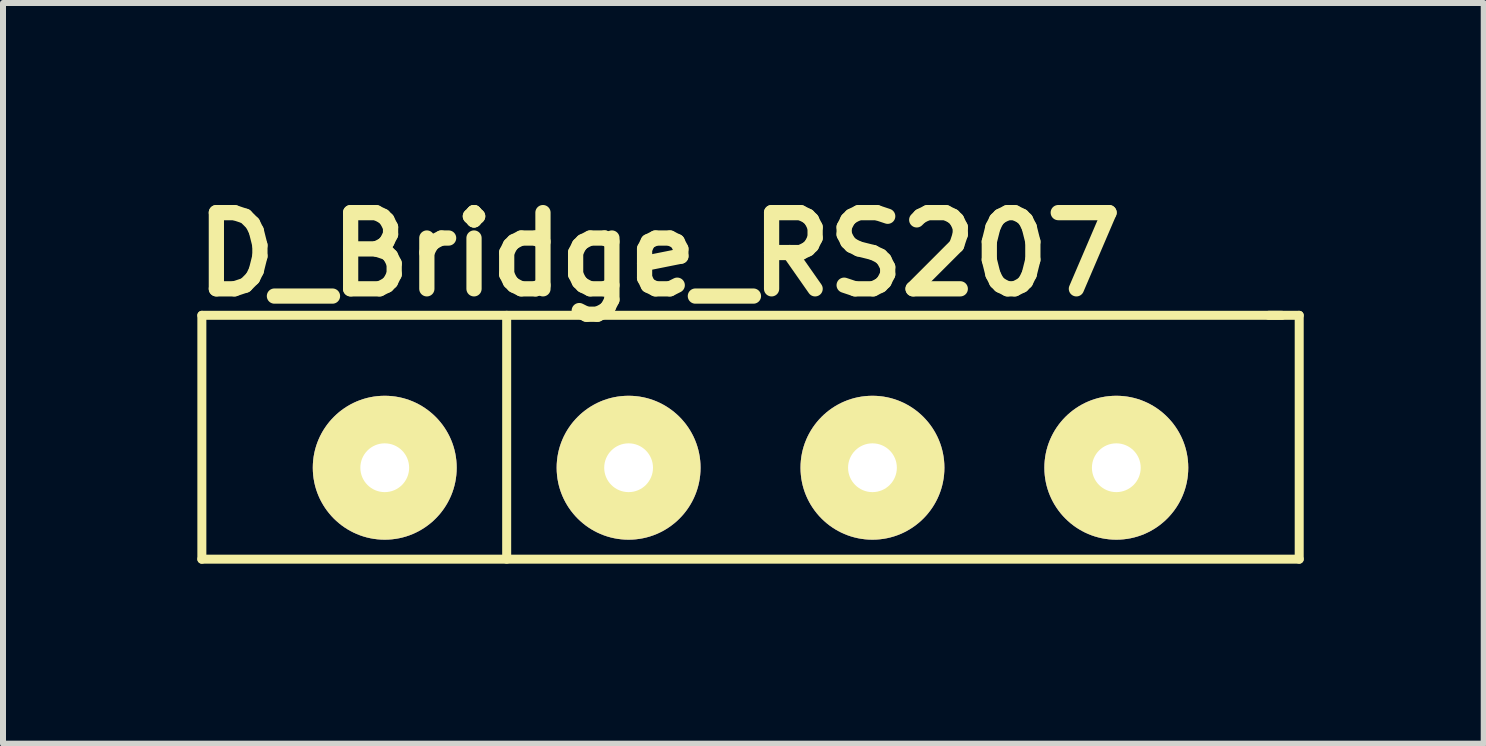
<source format=kicad_pcb>
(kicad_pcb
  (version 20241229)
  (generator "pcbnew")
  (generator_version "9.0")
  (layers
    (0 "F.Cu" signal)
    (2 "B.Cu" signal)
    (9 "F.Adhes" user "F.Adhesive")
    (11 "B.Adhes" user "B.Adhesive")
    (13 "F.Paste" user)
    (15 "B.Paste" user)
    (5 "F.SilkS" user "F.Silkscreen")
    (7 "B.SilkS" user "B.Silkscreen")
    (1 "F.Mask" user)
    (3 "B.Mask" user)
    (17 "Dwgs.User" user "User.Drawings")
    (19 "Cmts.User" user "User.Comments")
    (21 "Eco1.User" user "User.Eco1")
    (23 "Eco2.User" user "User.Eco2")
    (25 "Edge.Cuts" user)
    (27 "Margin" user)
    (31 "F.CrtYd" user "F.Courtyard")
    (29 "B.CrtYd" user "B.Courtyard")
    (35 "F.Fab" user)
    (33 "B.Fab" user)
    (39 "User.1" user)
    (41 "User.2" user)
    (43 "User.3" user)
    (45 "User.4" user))
  (footprint "D_Bridge_RS207"
    (layer "F.Cu")
    (at 9.458 4.745)
    (property "Reference" "D_Bridge_RS207" (at -1.524 -3.556 0) (layer "F.SilkS") (effects (font (size 1.27 1.27) (thickness 0.254))))
    (attr through_hole)
    (fp_line (start -9.144 -2.54) (end -9.144 1.524) (stroke (width 0.15) (type solid)) (layer "F.SilkS"))
    (fp_line (start -9.144 -2.54) (end 8.856 -2.54) (stroke (width 0.15) (type solid)) (layer "F.SilkS"))
    (fp_line (start -9.144 1.524) (end 9.144 1.524) (stroke (width 0.15) (type solid)) (layer "F.SilkS"))
    (fp_line (start -4.064 -2.54) (end -4.064 1.524) (stroke (width 0.15) (type solid)) (layer "F.SilkS"))
    (fp_line (start 8.636 -2.54) (end 9.144 -2.54) (stroke (width 0.15) (type solid)) (layer "F.SilkS"))
    (fp_line (start 9.144 -2.54) (end 9.144 1.524) (stroke (width 0.15) (type solid)) (layer "F.SilkS"))
    (pad "1" thru_hole circle (at -6.096 0) (size 2.398 2.398) (drill 0.813) (layers "*.Cu" "*.Mask" "F.SilkS"))
    (pad "2" thru_hole circle (at -2.032 0) (size 2.398 2.398) (drill 0.813) (layers "*.Cu" "*.Mask" "F.SilkS"))
    (pad "3" thru_hole circle (at 2.032 0) (size 2.398 2.398) (drill 0.813) (layers "*.Cu" "*.Mask" "F.SilkS"))
    (pad "4" thru_hole circle (at 6.096 0) (size 2.398 2.398) (drill 0.813) (layers "*.Cu" "*.Mask" "F.SilkS")))
  (gr_rect
    (start -3 -3)
    (end 21.677 9.344)
    (stroke (width 0.1) (type default))
    (fill no)
    (layer "Edge.Cuts")))
</source>
